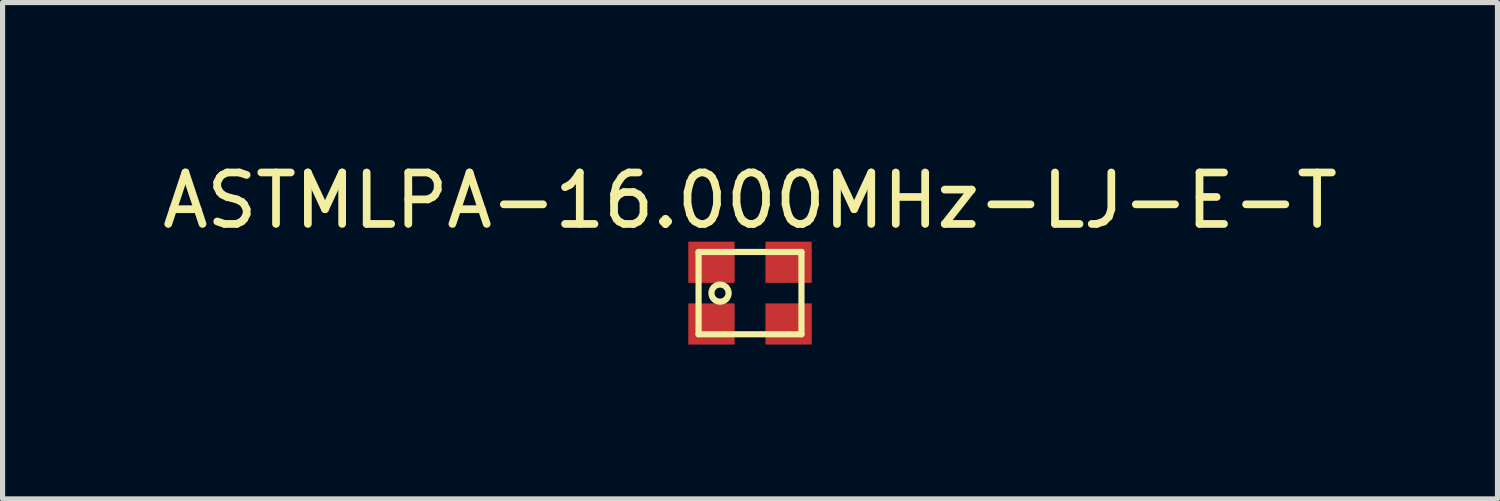
<source format=kicad_pcb>
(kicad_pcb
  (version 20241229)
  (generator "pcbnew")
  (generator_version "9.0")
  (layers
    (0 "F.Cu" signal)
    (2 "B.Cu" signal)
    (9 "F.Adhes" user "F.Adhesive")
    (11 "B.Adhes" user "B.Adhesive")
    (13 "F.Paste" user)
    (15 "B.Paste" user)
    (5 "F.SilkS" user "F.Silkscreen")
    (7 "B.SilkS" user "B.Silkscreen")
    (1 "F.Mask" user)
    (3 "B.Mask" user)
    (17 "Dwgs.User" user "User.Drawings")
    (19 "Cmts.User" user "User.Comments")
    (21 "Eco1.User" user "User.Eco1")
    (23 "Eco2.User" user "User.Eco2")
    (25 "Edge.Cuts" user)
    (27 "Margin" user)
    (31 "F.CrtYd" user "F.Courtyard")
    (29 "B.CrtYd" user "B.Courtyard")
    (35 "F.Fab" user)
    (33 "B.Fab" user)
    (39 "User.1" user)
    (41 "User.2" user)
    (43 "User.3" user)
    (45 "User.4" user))
  (footprint "ASTMLPA-16.000MHz-LJ-E-T"
    (layer "F.Cu")
    (at 11.53 2.648)
    (property "Reference" "ASTMLPA-16.000MHz-LJ-E-T" (at 0 -1.8 180) (layer "F.SilkS") (effects (font (size 1 1) (thickness 0.15))))
    (attr through_hole)
    (fp_line (start -1 -0.8) (end -1 0.8) (stroke (width 0.12) (type solid)) (layer "F.SilkS"))
    (fp_line (start -1 0.8) (end 1 0.8) (stroke (width 0.12) (type solid)) (layer "F.SilkS"))
    (fp_line (start 1 -0.8) (end -1 -0.8) (stroke (width 0.12) (type solid)) (layer "F.SilkS"))
    (fp_line (start 1 0.8) (end 1 -0.8) (stroke (width 0.12) (type solid)) (layer "F.SilkS"))
    (fp_circle (center -0.583 0) (end -0.75 0) (stroke (width 0.12) (type solid)) (fill no) (layer "F.SilkS"))
    (pad "1" smd rect (at -0.75 0.6 180) (size 0.9 0.8) (layers "F.Cu" "F.Mask" "F.Paste"))
    (pad "2" smd rect (at 0.75 0.6 180) (size 0.9 0.8) (layers "F.Cu" "F.Mask" "F.Paste"))
    (pad "3" smd rect (at 0.75 -0.6 180) (size 0.9 0.8) (layers "F.Cu" "F.Mask" "F.Paste"))
    (pad "4" smd rect (at -0.75 -0.6 180) (size 0.9 0.8) (layers "F.Cu" "F.Mask" "F.Paste")))
  (gr_rect
    (start -3 -3)
    (end 26.06 6.648)
    (stroke (width 0.1) (type default))
    (fill no)
    (layer "Edge.Cuts")))
</source>
